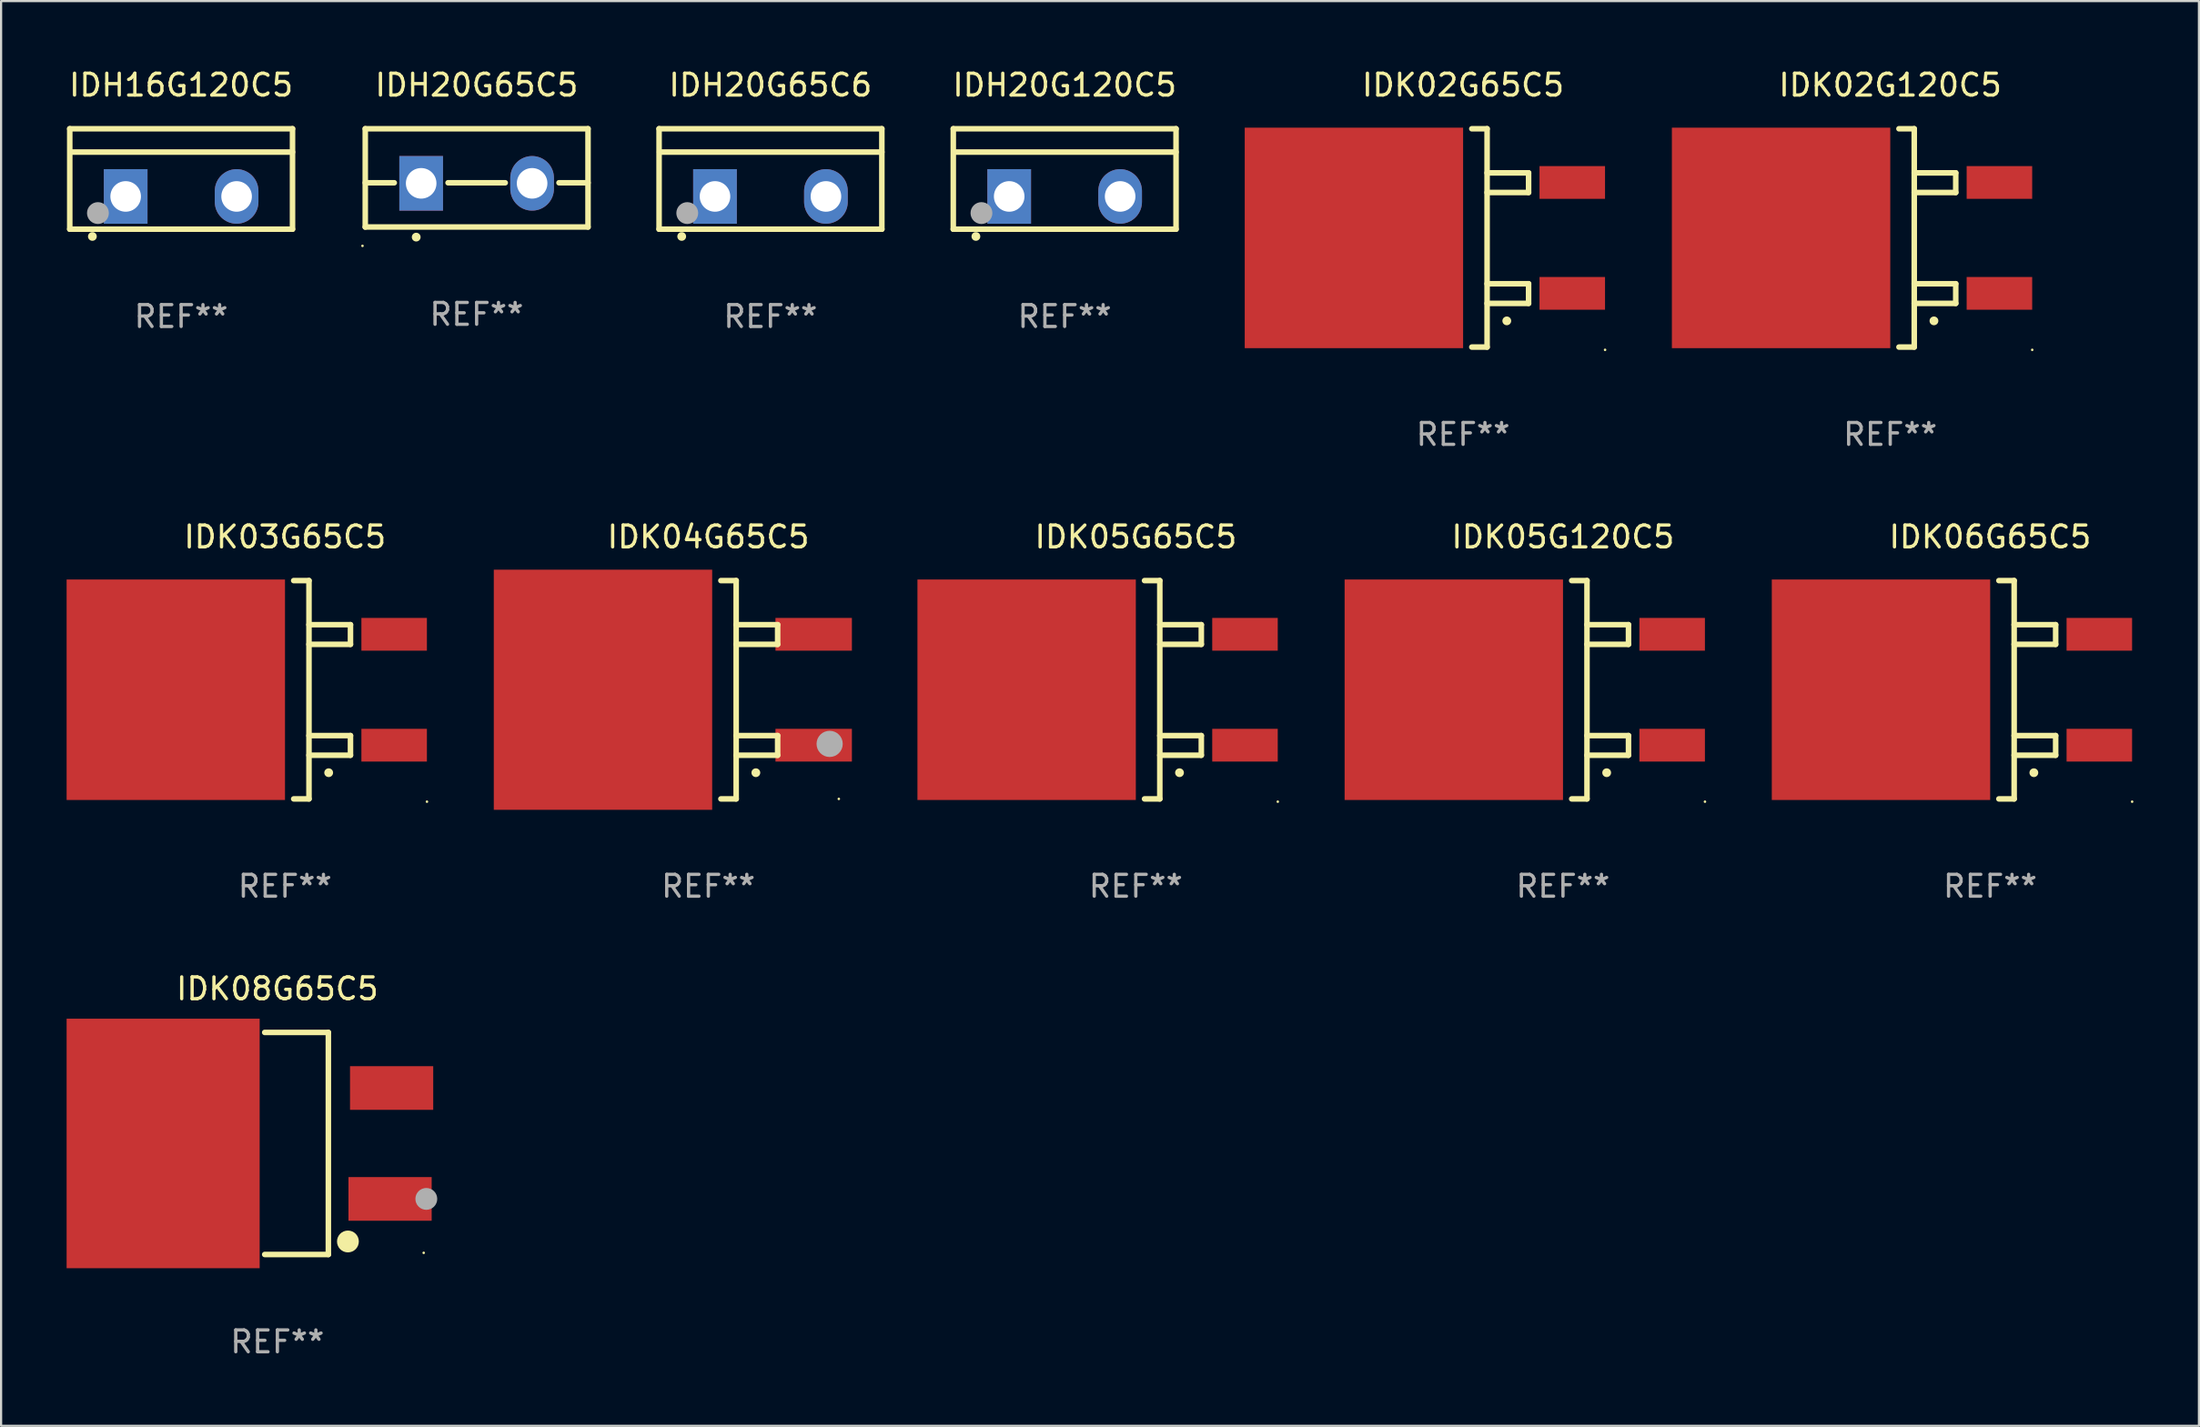
<source format=kicad_pcb>
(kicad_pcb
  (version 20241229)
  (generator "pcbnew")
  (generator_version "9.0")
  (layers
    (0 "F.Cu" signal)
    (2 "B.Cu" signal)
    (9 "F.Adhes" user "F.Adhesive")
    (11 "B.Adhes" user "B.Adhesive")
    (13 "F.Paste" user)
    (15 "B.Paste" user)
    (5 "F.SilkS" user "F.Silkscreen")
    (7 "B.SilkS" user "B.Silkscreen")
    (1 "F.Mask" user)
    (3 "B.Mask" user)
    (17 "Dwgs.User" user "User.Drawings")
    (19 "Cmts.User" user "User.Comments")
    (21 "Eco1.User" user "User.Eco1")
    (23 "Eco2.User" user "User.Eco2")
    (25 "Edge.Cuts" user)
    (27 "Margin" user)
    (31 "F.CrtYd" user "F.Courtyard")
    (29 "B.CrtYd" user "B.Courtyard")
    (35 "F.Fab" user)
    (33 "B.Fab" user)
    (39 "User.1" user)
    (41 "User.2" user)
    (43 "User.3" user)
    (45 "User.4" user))
  (footprint "IDH20G65C5"
    (layer "F.Cu")
    (at 18.775 5.098)
    (property "Reference" "IDH20G65C5" (at 0 -4.25 0) (layer "F.SilkS") (effects (font (size 1 1) (thickness 0.15))))
    (attr through_hole)
    (fp_line (start -5.1 -2.25) (end -5.1 2.25) (stroke (width 0.254) (type solid)) (layer "F.SilkS"))
    (fp_line (start -5.1 0.224) (end -3.772 0.224) (stroke (width 0.254) (type solid)) (layer "F.SilkS"))
    (fp_line (start -5.1 2.25) (end 5.1 2.25) (stroke (width 0.254) (type solid)) (layer "F.SilkS"))
    (fp_line (start -1.308 0.224) (end 1.309 0.224) (stroke (width 0.254) (type solid)) (layer "F.SilkS"))
    (fp_line (start 3.771 0.224) (end 5.1 0.224) (stroke (width 0.254) (type solid)) (layer "F.SilkS"))
    (fp_line (start 5.1 -2.25) (end -5.1 -2.25) (stroke (width 0.254) (type solid)) (layer "F.SilkS"))
    (fp_line (start 5.1 -2.25) (end 5.1 2.25) (stroke (width 0.254) (type solid)) (layer "F.SilkS"))
    (fp_arc (start -2.768606 2.713805) (mid -2.767336 2.713801) (end -2.766066 2.713805) (stroke (width 0.4) (type solid)) (layer "F.SilkS"))
    (fp_circle (center -5.227 3.114) (end -5.197 3.114) (stroke (width 0.06) (type solid)) (fill no) (layer "F.SilkS"))
    (fp_text user "REF**" (at 0 6.25 0) (layer "F.Fab") (effects (font (size 1 1) (thickness 0.15))))
    (pad "1" thru_hole rect (at -2.54 0.25) (size 2 2.5) (drill 1.4) (layers "*.Cu" "*.Mask"))
    (pad "3" thru_hole oval (at 2.54 0.25) (size 2 2.5) (drill 1.4) (layers "*.Cu" "*.Mask")))
  (footprint "IDK03G65C5"
    (layer "F.Cu")
    (at 9.999 28.545)
    (property "Reference" "IDK03G65C5" (at 0 -7 0) (layer "F.SilkS") (effects (font (size 1 1) (thickness 0.15))))
    (attr through_hole)
    (fp_line (start 0.399 -5) (end 1.099 -5) (stroke (width 0.254) (type solid)) (layer "F.SilkS"))
    (fp_line (start 1.099 -5) (end 1.099 5) (stroke (width 0.254) (type solid)) (layer "F.SilkS"))
    (fp_line (start 1.099 -2.08) (end 2.999 -2.08) (stroke (width 0.254) (type solid)) (layer "F.SilkS"))
    (fp_line (start 1.099 3) (end 2.999 3) (stroke (width 0.254) (type solid)) (layer "F.SilkS"))
    (fp_line (start 1.099 5) (end 0.399 5) (stroke (width 0.254) (type solid)) (layer "F.SilkS"))
    (fp_line (start 2.999 -2.98) (end 1.099 -2.98) (stroke (width 0.254) (type solid)) (layer "F.SilkS"))
    (fp_line (start 2.999 -2.08) (end 2.999 -2.98) (stroke (width 0.254) (type solid)) (layer "F.SilkS"))
    (fp_line (start 2.999 2.1) (end 1.099 2.1) (stroke (width 0.254) (type solid)) (layer "F.SilkS"))
    (fp_line (start 2.999 3) (end 2.999 2.1) (stroke (width 0.254) (type solid)) (layer "F.SilkS"))
    (fp_arc (start 1.999619 3.799848) (mid 2.000889 3.799844) (end 2.002159 3.799848) (stroke (width 0.4) (type solid)) (layer "F.SilkS"))
    (fp_circle (center 6.501 5.127) (end 6.531 5.127) (stroke (width 0.06) (type solid)) (fill no) (layer "F.SilkS"))
    (fp_text user "REF**" (at 0 9 0) (layer "F.Fab") (effects (font (size 1 1) (thickness 0.15))))
    (pad "1" smd rect (at 4.999 2.54 270) (size 1.5 3) (layers "F.Cu" "F.Mask" "F.Paste"))
    (pad "2" smd rect (at 4.999 -2.54 270) (size 1.5 3) (layers "F.Cu" "F.Mask" "F.Paste"))
    (pad "3" smd rect (at -4.999 0 270) (size 10.1 10) (layers "F.Cu" "F.Mask" "F.Paste")))
  (footprint "IDK02G120C5"
    (layer "F.Cu")
    (at 83.503 7.848)
    (property "Reference" "IDK02G120C5" (at 0 -7 0) (layer "F.SilkS") (effects (font (size 1 1) (thickness 0.15))))
    (attr through_hole)
    (fp_line (start 0.399 -5) (end 1.099 -5) (stroke (width 0.254) (type solid)) (layer "F.SilkS"))
    (fp_line (start 1.099 -5) (end 1.099 5) (stroke (width 0.254) (type solid)) (layer "F.SilkS"))
    (fp_line (start 1.099 -2.08) (end 2.999 -2.08) (stroke (width 0.254) (type solid)) (layer "F.SilkS"))
    (fp_line (start 1.099 3) (end 2.999 3) (stroke (width 0.254) (type solid)) (layer "F.SilkS"))
    (fp_line (start 1.099 5) (end 0.399 5) (stroke (width 0.254) (type solid)) (layer "F.SilkS"))
    (fp_line (start 2.999 -2.98) (end 1.099 -2.98) (stroke (width 0.254) (type solid)) (layer "F.SilkS"))
    (fp_line (start 2.999 -2.08) (end 2.999 -2.98) (stroke (width 0.254) (type solid)) (layer "F.SilkS"))
    (fp_line (start 2.999 2.1) (end 1.099 2.1) (stroke (width 0.254) (type solid)) (layer "F.SilkS"))
    (fp_line (start 2.999 3) (end 2.999 2.1) (stroke (width 0.254) (type solid)) (layer "F.SilkS"))
    (fp_arc (start 1.999619 3.799848) (mid 2.000889 3.799844) (end 2.002159 3.799848) (stroke (width 0.4) (type solid)) (layer "F.SilkS"))
    (fp_circle (center 6.501 5.127) (end 6.531 5.127) (stroke (width 0.06) (type solid)) (fill no) (layer "F.SilkS"))
    (fp_text user "REF**" (at 0 9 0) (layer "F.Fab") (effects (font (size 1 1) (thickness 0.15))))
    (pad "1" smd rect (at 4.999 2.54 270) (size 1.5 3) (layers "F.Cu" "F.Mask" "F.Paste"))
    (pad "2" smd rect (at 4.999 -2.54 270) (size 1.5 3) (layers "F.Cu" "F.Mask" "F.Paste"))
    (pad "3" smd rect (at -4.999 0 270) (size 10.1 10) (layers "F.Cu" "F.Mask" "F.Paste")))
  (footprint "IDH20G65C6"
    (layer "F.Cu")
    (at 32.229 5.148)
    (property "Reference" "IDH20G65C6" (at 0 -4.3 0) (layer "F.SilkS") (effects (font (size 1 1) (thickness 0.15))))
    (attr through_hole)
    (fp_line (start -5.1 -2.3) (end -5.1 2.3) (stroke (width 0.254) (type solid)) (layer "F.SilkS"))
    (fp_line (start -5.1 2.3) (end 5.1 2.3) (stroke (width 0.254) (type solid)) (layer "F.SilkS"))
    (fp_line (start -5.08 -1.232) (end 5.1 -1.232) (stroke (width 0.254) (type solid)) (layer "F.SilkS"))
    (fp_line (start 5.1 -2.3) (end -5.1 -2.3) (stroke (width 0.254) (type solid)) (layer "F.SilkS"))
    (fp_line (start 5.1 -2.3) (end 5.1 2.3) (stroke (width 0.254) (type solid)) (layer "F.SilkS"))
    (fp_arc (start -4.065278 2.632004) (mid -4.064008 2.632) (end -4.062738 2.632004) (stroke (width 0.4) (type solid)) (layer "F.SilkS"))
    (fp_circle (center -5.1 2.32) (end -5.07 2.32) (stroke (width 0.06) (type solid)) (fill no) (layer "F.SilkS"))
    (fp_circle (center -3.81 1.562) (end -3.56 1.562) (stroke (width 0.5) (type solid)) (fill no) (layer "F.Fab"))
    (fp_text user "REF**" (at 0 6.3 0) (layer "F.Fab") (effects (font (size 1 1) (thickness 0.15))))
    (pad "1" thru_hole rect (at -2.54 0.8) (size 2 2.5) (drill 1.4) (layers "*.Cu" "*.Mask"))
    (pad "2" thru_hole oval (at 2.54 0.8) (size 2 2.5) (drill 1.4) (layers "*.Cu" "*.Mask")))
  (footprint "IDK02G65C5"
    (layer "F.Cu")
    (at 63.944 7.848)
    (property "Reference" "IDK02G65C5" (at 0 -7 0) (layer "F.SilkS") (effects (font (size 1 1) (thickness 0.15))))
    (attr through_hole)
    (fp_line (start 0.399 -5) (end 1.099 -5) (stroke (width 0.254) (type solid)) (layer "F.SilkS"))
    (fp_line (start 1.099 -5) (end 1.099 5) (stroke (width 0.254) (type solid)) (layer "F.SilkS"))
    (fp_line (start 1.099 -2.08) (end 2.999 -2.08) (stroke (width 0.254) (type solid)) (layer "F.SilkS"))
    (fp_line (start 1.099 3) (end 2.999 3) (stroke (width 0.254) (type solid)) (layer "F.SilkS"))
    (fp_line (start 1.099 5) (end 0.399 5) (stroke (width 0.254) (type solid)) (layer "F.SilkS"))
    (fp_line (start 2.999 -2.98) (end 1.099 -2.98) (stroke (width 0.254) (type solid)) (layer "F.SilkS"))
    (fp_line (start 2.999 -2.08) (end 2.999 -2.98) (stroke (width 0.254) (type solid)) (layer "F.SilkS"))
    (fp_line (start 2.999 2.1) (end 1.099 2.1) (stroke (width 0.254) (type solid)) (layer "F.SilkS"))
    (fp_line (start 2.999 3) (end 2.999 2.1) (stroke (width 0.254) (type solid)) (layer "F.SilkS"))
    (fp_arc (start 1.999619 3.799848) (mid 2.000889 3.799844) (end 2.002159 3.799848) (stroke (width 0.4) (type solid)) (layer "F.SilkS"))
    (fp_circle (center 6.501 5.127) (end 6.531 5.127) (stroke (width 0.06) (type solid)) (fill no) (layer "F.SilkS"))
    (fp_text user "REF**" (at 0 9 0) (layer "F.Fab") (effects (font (size 1 1) (thickness 0.15))))
    (pad "1" smd rect (at 4.999 2.54 270) (size 1.5 3) (layers "F.Cu" "F.Mask" "F.Paste"))
    (pad "2" smd rect (at 4.999 -2.54 270) (size 1.5 3) (layers "F.Cu" "F.Mask" "F.Paste"))
    (pad "3" smd rect (at -4.999 0 270) (size 10.1 10) (layers "F.Cu" "F.Mask" "F.Paste")))
  (footprint "IDH16G120C5"
    (layer "F.Cu")
    (at 5.244 5.148)
    (property "Reference" "IDH16G120C5" (at 0 -4.3 0) (layer "F.SilkS") (effects (font (size 1 1) (thickness 0.15))))
    (attr through_hole)
    (fp_line (start -5.1 -2.3) (end -5.1 2.3) (stroke (width 0.254) (type solid)) (layer "F.SilkS"))
    (fp_line (start -5.1 2.3) (end 5.1 2.3) (stroke (width 0.254) (type solid)) (layer "F.SilkS"))
    (fp_line (start -5.08 -1.232) (end 5.1 -1.232) (stroke (width 0.254) (type solid)) (layer "F.SilkS"))
    (fp_line (start 5.1 -2.3) (end -5.1 -2.3) (stroke (width 0.254) (type solid)) (layer "F.SilkS"))
    (fp_line (start 5.1 -2.3) (end 5.1 2.3) (stroke (width 0.254) (type solid)) (layer "F.SilkS"))
    (fp_arc (start -4.065278 2.632004) (mid -4.064008 2.632) (end -4.062738 2.632004) (stroke (width 0.4) (type solid)) (layer "F.SilkS"))
    (fp_circle (center -5.1 2.32) (end -5.07 2.32) (stroke (width 0.06) (type solid)) (fill no) (layer "F.SilkS"))
    (fp_circle (center -3.81 1.562) (end -3.56 1.562) (stroke (width 0.5) (type solid)) (fill no) (layer "F.Fab"))
    (fp_text user "REF**" (at 0 6.3 0) (layer "F.Fab") (effects (font (size 1 1) (thickness 0.15))))
    (pad "1" thru_hole rect (at -2.54 0.8) (size 2 2.5) (drill 1.4) (layers "*.Cu" "*.Mask"))
    (pad "2" thru_hole oval (at 2.54 0.8) (size 2 2.5) (drill 1.4) (layers "*.Cu" "*.Mask")))
  (footprint "IDK05G65C5"
    (layer "F.Cu")
    (at 48.958 28.545)
    (property "Reference" "IDK05G65C5" (at 0 -7 0) (layer "F.SilkS") (effects (font (size 1 1) (thickness 0.15))))
    (attr through_hole)
    (fp_line (start 0.399 -5) (end 1.099 -5) (stroke (width 0.254) (type solid)) (layer "F.SilkS"))
    (fp_line (start 1.099 -5) (end 1.099 5) (stroke (width 0.254) (type solid)) (layer "F.SilkS"))
    (fp_line (start 1.099 -2.08) (end 2.999 -2.08) (stroke (width 0.254) (type solid)) (layer "F.SilkS"))
    (fp_line (start 1.099 3) (end 2.999 3) (stroke (width 0.254) (type solid)) (layer "F.SilkS"))
    (fp_line (start 1.099 5) (end 0.399 5) (stroke (width 0.254) (type solid)) (layer "F.SilkS"))
    (fp_line (start 2.999 -2.98) (end 1.099 -2.98) (stroke (width 0.254) (type solid)) (layer "F.SilkS"))
    (fp_line (start 2.999 -2.08) (end 2.999 -2.98) (stroke (width 0.254) (type solid)) (layer "F.SilkS"))
    (fp_line (start 2.999 2.1) (end 1.099 2.1) (stroke (width 0.254) (type solid)) (layer "F.SilkS"))
    (fp_line (start 2.999 3) (end 2.999 2.1) (stroke (width 0.254) (type solid)) (layer "F.SilkS"))
    (fp_arc (start 1.999619 3.799848) (mid 2.000889 3.799844) (end 2.002159 3.799848) (stroke (width 0.4) (type solid)) (layer "F.SilkS"))
    (fp_circle (center 6.501 5.127) (end 6.531 5.127) (stroke (width 0.06) (type solid)) (fill no) (layer "F.SilkS"))
    (fp_text user "REF**" (at 0 9 0) (layer "F.Fab") (effects (font (size 1 1) (thickness 0.15))))
    (pad "1" smd rect (at 4.999 2.54 270) (size 1.5 3) (layers "F.Cu" "F.Mask" "F.Paste"))
    (pad "2" smd rect (at 4.999 -2.54 270) (size 1.5 3) (layers "F.Cu" "F.Mask" "F.Paste"))
    (pad "3" smd rect (at -4.999 0 270) (size 10.1 10) (layers "F.Cu" "F.Mask" "F.Paste")))
  (footprint "IDK06G65C5"
    (layer "F.Cu")
    (at 88.078 28.545)
    (property "Reference" "IDK06G65C5" (at 0 -7 0) (layer "F.SilkS") (effects (font (size 1 1) (thickness 0.15))))
    (attr through_hole)
    (fp_line (start 0.399 -5) (end 1.099 -5) (stroke (width 0.254) (type solid)) (layer "F.SilkS"))
    (fp_line (start 1.099 -5) (end 1.099 5) (stroke (width 0.254) (type solid)) (layer "F.SilkS"))
    (fp_line (start 1.099 -2.08) (end 2.999 -2.08) (stroke (width 0.254) (type solid)) (layer "F.SilkS"))
    (fp_line (start 1.099 3) (end 2.999 3) (stroke (width 0.254) (type solid)) (layer "F.SilkS"))
    (fp_line (start 1.099 5) (end 0.399 5) (stroke (width 0.254) (type solid)) (layer "F.SilkS"))
    (fp_line (start 2.999 -2.98) (end 1.099 -2.98) (stroke (width 0.254) (type solid)) (layer "F.SilkS"))
    (fp_line (start 2.999 -2.08) (end 2.999 -2.98) (stroke (width 0.254) (type solid)) (layer "F.SilkS"))
    (fp_line (start 2.999 2.1) (end 1.099 2.1) (stroke (width 0.254) (type solid)) (layer "F.SilkS"))
    (fp_line (start 2.999 3) (end 2.999 2.1) (stroke (width 0.254) (type solid)) (layer "F.SilkS"))
    (fp_arc (start 1.999619 3.799848) (mid 2.000889 3.799844) (end 2.002159 3.799848) (stroke (width 0.4) (type solid)) (layer "F.SilkS"))
    (fp_circle (center 6.501 5.127) (end 6.531 5.127) (stroke (width 0.06) (type solid)) (fill no) (layer "F.SilkS"))
    (fp_text user "REF**" (at 0 9 0) (layer "F.Fab") (effects (font (size 1 1) (thickness 0.15))))
    (pad "1" smd rect (at 4.999 2.54 270) (size 1.5 3) (layers "F.Cu" "F.Mask" "F.Paste"))
    (pad "2" smd rect (at 4.999 -2.54 270) (size 1.5 3) (layers "F.Cu" "F.Mask" "F.Paste"))
    (pad "3" smd rect (at -4.999 0 270) (size 10.1 10) (layers "F.Cu" "F.Mask" "F.Paste")))
  (footprint "IDK04G65C5"
    (layer "F.Cu")
    (at 29.384 28.545)
    (property "Reference" "IDK04G65C5" (at 0 -7 0) (layer "F.SilkS") (effects (font (size 1 1) (thickness 0.15))))
    (attr through_hole)
    (fp_line (start 0.575 -5) (end 1.275 -5) (stroke (width 0.254) (type solid)) (layer "F.SilkS"))
    (fp_line (start 1.275 -5) (end 1.275 5) (stroke (width 0.254) (type solid)) (layer "F.SilkS"))
    (fp_line (start 1.275 -2.08) (end 3.174 -2.08) (stroke (width 0.254) (type solid)) (layer "F.SilkS"))
    (fp_line (start 1.275 3) (end 3.174 3) (stroke (width 0.254) (type solid)) (layer "F.SilkS"))
    (fp_line (start 1.275 5) (end 0.575 5) (stroke (width 0.254) (type solid)) (layer "F.SilkS"))
    (fp_line (start 3.174 -2.98) (end 1.275 -2.98) (stroke (width 0.254) (type solid)) (layer "F.SilkS"))
    (fp_line (start 3.174 -2.08) (end 3.174 -2.98) (stroke (width 0.254) (type solid)) (layer "F.SilkS"))
    (fp_line (start 3.174 2.1) (end 1.275 2.1) (stroke (width 0.254) (type solid)) (layer "F.SilkS"))
    (fp_line (start 3.174 3) (end 3.174 2.1) (stroke (width 0.254) (type solid)) (layer "F.SilkS"))
    (fp_arc (start 2.174727 3.799835) (mid 2.175997 3.799831) (end 2.177267 3.799835) (stroke (width 0.4) (type solid)) (layer "F.SilkS"))
    (fp_circle (center 5.975 5) (end 6.005 5) (stroke (width 0.06) (type solid)) (fill no) (layer "F.SilkS"))
    (fp_circle (center 5.555 2.48) (end 5.855 2.48) (stroke (width 0.6) (type solid)) (fill no) (layer "F.Fab"))
    (fp_text user "REF**" (at 0 9 0) (layer "F.Fab") (effects (font (size 1 1) (thickness 0.15))))
    (pad "1" smd rect (at 4.824 2.54 270) (size 1.5 3.5) (layers "F.Cu" "F.Mask" "F.Paste"))
    (pad "3" smd rect (at 4.824 -2.54 270) (size 1.5 3.5) (layers "F.Cu" "F.Mask" "F.Paste"))
    (pad "4" smd rect (at -4.824 0.000089 270) (size 11 10) (layers "F.Cu" "F.Mask" "F.Paste")))
  (footprint "IDK08G65C5"
    (layer "F.Cu")
    (at 9.651 49.328)
    (property "Reference" "IDK08G65C5" (at 0 -7.086 0) (layer "F.SilkS") (effects (font (size 1 1) (thickness 0.15))))
    (attr through_hole)
    (fp_line (start 2.334 -5.086) (end -0.58 -5.086) (stroke (width 0.254) (type solid)) (layer "F.SilkS"))
    (fp_line (start 2.334 -5.086) (end 2.334 5.086) (stroke (width 0.254) (type solid)) (layer "F.SilkS"))
    (fp_line (start 2.334 5.086) (end -0.58 5.086) (stroke (width 0.254) (type solid)) (layer "F.SilkS"))
    (fp_circle (center 3.23 4.49) (end 3.48 4.49) (stroke (width 0.5) (type solid)) (fill no) (layer "F.SilkS"))
    (fp_circle (center 6.7 5.01) (end 6.73 5.01) (stroke (width 0.06) (type solid)) (fill no) (layer "F.SilkS"))
    (fp_circle (center 6.82 2.54) (end 7.07 2.54) (stroke (width 0.5) (type solid)) (fill no) (layer "F.Fab"))
    (fp_text user "REF**" (at 0 9.086 0) (layer "F.Fab") (effects (font (size 1 1) (thickness 0.15))))
    (pad "1" smd rect (at 5.16 2.54) (size 3.81 2) (layers "F.Cu" "F.Mask" "F.Paste"))
    (pad "3" smd rect (at 5.231 -2.54) (size 3.81 2) (layers "F.Cu" "F.Mask" "F.Paste"))
    (pad "4" smd rect (at -5.231 0) (size 8.84 11.43) (layers "F.Cu" "F.Mask" "F.Paste")))
  (footprint "IDK05G120C5"
    (layer "F.Cu")
    (at 68.518 28.545)
    (property "Reference" "IDK05G120C5" (at 0 -7 0) (layer "F.SilkS") (effects (font (size 1 1) (thickness 0.15))))
    (attr through_hole)
    (fp_line (start 0.399 -5) (end 1.099 -5) (stroke (width 0.254) (type solid)) (layer "F.SilkS"))
    (fp_line (start 1.099 -5) (end 1.099 5) (stroke (width 0.254) (type solid)) (layer "F.SilkS"))
    (fp_line (start 1.099 -2.08) (end 2.999 -2.08) (stroke (width 0.254) (type solid)) (layer "F.SilkS"))
    (fp_line (start 1.099 3) (end 2.999 3) (stroke (width 0.254) (type solid)) (layer "F.SilkS"))
    (fp_line (start 1.099 5) (end 0.399 5) (stroke (width 0.254) (type solid)) (layer "F.SilkS"))
    (fp_line (start 2.999 -2.98) (end 1.099 -2.98) (stroke (width 0.254) (type solid)) (layer "F.SilkS"))
    (fp_line (start 2.999 -2.08) (end 2.999 -2.98) (stroke (width 0.254) (type solid)) (layer "F.SilkS"))
    (fp_line (start 2.999 2.1) (end 1.099 2.1) (stroke (width 0.254) (type solid)) (layer "F.SilkS"))
    (fp_line (start 2.999 3) (end 2.999 2.1) (stroke (width 0.254) (type solid)) (layer "F.SilkS"))
    (fp_arc (start 1.999619 3.799848) (mid 2.000889 3.799844) (end 2.002159 3.799848) (stroke (width 0.4) (type solid)) (layer "F.SilkS"))
    (fp_circle (center 6.501 5.127) (end 6.531 5.127) (stroke (width 0.06) (type solid)) (fill no) (layer "F.SilkS"))
    (fp_text user "REF**" (at 0 9 0) (layer "F.Fab") (effects (font (size 1 1) (thickness 0.15))))
    (pad "1" smd rect (at 4.999 2.54 270) (size 1.5 3) (layers "F.Cu" "F.Mask" "F.Paste"))
    (pad "2" smd rect (at 4.999 -2.54 270) (size 1.5 3) (layers "F.Cu" "F.Mask" "F.Paste"))
    (pad "3" smd rect (at -4.999 0 270) (size 10.1 10) (layers "F.Cu" "F.Mask" "F.Paste")))
  (footprint "IDH20G120C5"
    (layer "F.Cu")
    (at 45.7 5.148)
    (property "Reference" "IDH20G120C5" (at 0 -4.3 0) (layer "F.SilkS") (effects (font (size 1 1) (thickness 0.15))))
    (attr through_hole)
    (fp_line (start -5.1 -2.3) (end -5.1 2.3) (stroke (width 0.254) (type solid)) (layer "F.SilkS"))
    (fp_line (start -5.1 2.3) (end 5.1 2.3) (stroke (width 0.254) (type solid)) (layer "F.SilkS"))
    (fp_line (start -5.08 -1.232) (end 5.1 -1.232) (stroke (width 0.254) (type solid)) (layer "F.SilkS"))
    (fp_line (start 5.1 -2.3) (end -5.1 -2.3) (stroke (width 0.254) (type solid)) (layer "F.SilkS"))
    (fp_line (start 5.1 -2.3) (end 5.1 2.3) (stroke (width 0.254) (type solid)) (layer "F.SilkS"))
    (fp_arc (start -4.065278 2.632004) (mid -4.064008 2.632) (end -4.062738 2.632004) (stroke (width 0.4) (type solid)) (layer "F.SilkS"))
    (fp_circle (center -5.1 2.32) (end -5.07 2.32) (stroke (width 0.06) (type solid)) (fill no) (layer "F.SilkS"))
    (fp_circle (center -3.81 1.562) (end -3.56 1.562) (stroke (width 0.5) (type solid)) (fill no) (layer "F.Fab"))
    (fp_text user "REF**" (at 0 6.3 0) (layer "F.Fab") (effects (font (size 1 1) (thickness 0.15))))
    (pad "1" thru_hole rect (at -2.54 0.8) (size 2 2.5) (drill 1.4) (layers "*.Cu" "*.Mask"))
    (pad "2" thru_hole oval (at 2.54 0.8) (size 2 2.5) (drill 1.4) (layers "*.Cu" "*.Mask")))
  (gr_rect
    (start -3 -3)
    (end 97.638 62.262)
    (stroke (width 0.1) (type default))
    (fill no)
    (layer "Edge.Cuts")))
</source>
